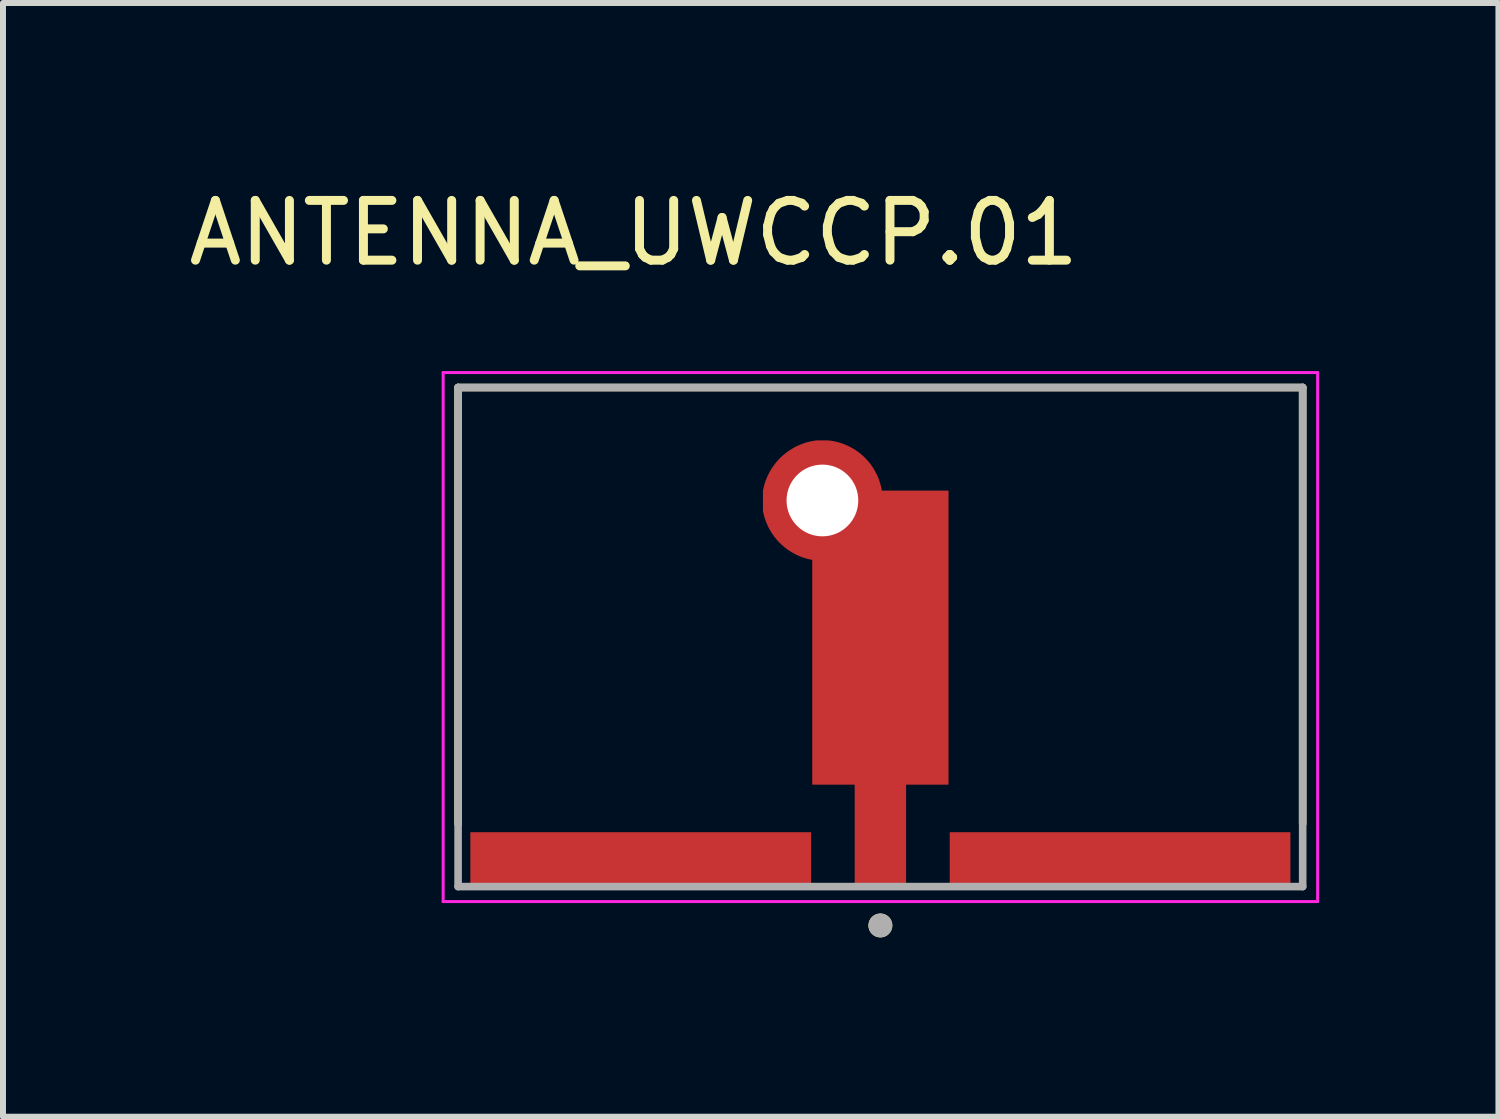
<source format=kicad_pcb>
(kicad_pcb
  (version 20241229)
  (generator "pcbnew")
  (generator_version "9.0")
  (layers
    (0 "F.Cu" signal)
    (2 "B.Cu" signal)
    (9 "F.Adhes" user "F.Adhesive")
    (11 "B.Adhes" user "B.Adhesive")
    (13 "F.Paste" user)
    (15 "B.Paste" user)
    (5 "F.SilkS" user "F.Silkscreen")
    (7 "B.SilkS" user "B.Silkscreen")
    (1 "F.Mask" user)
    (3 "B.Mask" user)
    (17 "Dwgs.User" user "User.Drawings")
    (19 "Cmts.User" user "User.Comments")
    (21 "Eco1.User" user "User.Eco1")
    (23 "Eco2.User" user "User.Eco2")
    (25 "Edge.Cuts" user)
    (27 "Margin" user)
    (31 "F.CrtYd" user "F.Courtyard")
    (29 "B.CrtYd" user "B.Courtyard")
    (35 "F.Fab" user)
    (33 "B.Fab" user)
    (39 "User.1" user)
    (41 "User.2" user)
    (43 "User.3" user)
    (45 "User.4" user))
  (footprint "ANTENNA_UWCCP.01"
    (layer "F.Cu")
    (at 11.679 11.783)
    (property "Reference" "ANTENNA_UWCCP.01" (at -4.125 -10.935 0) (layer "F.SilkS") (effects (font (size 1 1) (thickness 0.15))))
    (attr smd)
    (fp_poly (pts (xy 0.525 0) (xy 0.525 -1.61) (xy 1.235 -1.61) (xy 1.235 -6.72) (xy 0.08 -6.72) (xy 0.07 -6.764) (xy 0.059 -6.808) (xy 0.045 -6.851) (xy 0.03 -6.894) (xy 0.013 -6.936) (xy -0.006 -6.978) (xy -0.027 -7.018) (xy -0.05 -7.057) (xy -0.074 -7.096) (xy -0.1 -7.133) (xy -0.127 -7.169) (xy -0.156 -7.204) (xy -0.187 -7.238) (xy -0.219 -7.27) (xy -0.252 -7.301) (xy -0.287 -7.33) (xy -0.323 -7.358) (xy -0.36 -7.384) (xy -0.398 -7.409) (xy -0.437 -7.432) (xy -0.478 -7.453) (xy -0.519 -7.472) (xy -0.561 -7.49) (xy -0.603 -7.506) (xy -0.647 -7.52) (xy -0.69 -7.532) (xy -0.735 -7.542) (xy -0.779 -7.55) (xy -0.824 -7.556) (xy -0.87 -7.56) (xy -1.07 -7.56) (xy -1.126 -7.551) (xy -1.174 -7.541) (xy -1.222 -7.529) (xy -1.269 -7.515) (xy -1.316 -7.499) (xy -1.362 -7.481) (xy -1.407 -7.461) (xy -1.451 -7.44) (xy -1.494 -7.416) (xy -1.536 -7.391) (xy -1.577 -7.363) (xy -1.617 -7.334) (xy -1.656 -7.304) (xy -1.693 -7.272) (xy -1.729 -7.238) (xy -1.763 -7.203) (xy -1.796 -7.166) (xy -1.827 -7.128) (xy -1.857 -7.089) (xy -1.885 -7.048) (xy -1.911 -7.006) (xy -1.935 -6.964) (xy -1.958 -6.92) (xy -1.979 -6.875) (xy -1.997 -6.83) (xy -2.014 -6.783) (xy -2.029 -6.736) (xy -2.042 -6.689) (xy -2.053 -6.641) (xy -2.06 -6.6) (xy -2.05 -6.24) (xy -2.044 -6.208) (xy -2.035 -6.167) (xy -2.025 -6.127) (xy -2.012 -6.088) (xy -1.999 -6.049) (xy -1.983 -6.011) (xy -1.966 -5.973) (xy -1.948 -5.936) (xy -1.928 -5.9) (xy -1.907 -5.865) (xy -1.884 -5.83) (xy -1.86 -5.797) (xy -1.834 -5.764) (xy -1.807 -5.733) (xy -1.779 -5.703) (xy -1.75 -5.673) (xy -1.72 -5.646) (xy -1.688 -5.619) (xy -1.655 -5.594) (xy -1.622 -5.57) (xy -1.587 -5.547) (xy -1.552 -5.526) (xy -1.515 -5.506) (xy -1.478 -5.488) (xy -1.441 -5.471) (xy -1.402 -5.456) (xy -1.363 -5.443) (xy -1.324 -5.431) (xy -1.284 -5.42) (xy -1.235 -5.41) (xy -1.235 -1.61) (xy -0.525 -1.61) (xy -0.525 0) (xy 0.525 0)) (stroke (width 0.01) (type solid)) (fill yes) (layer "F.Mask"))
    (fp_line (start -7.065 -8.35) (end 7.065 -8.35) (stroke (width 0.127) (type solid)) (layer "F.SilkS"))
    (fp_line (start -7.065 -1.05) (end -7.065 -8.35) (stroke (width 0.127) (type solid)) (layer "F.SilkS"))
    (fp_line (start 7.065 -8.35) (end 7.065 -1.05) (stroke (width 0.127) (type solid)) (layer "F.SilkS"))
    (fp_circle (center 0 0.65) (end 0.1 0.65) (stroke (width 0.2) (type solid)) (fill no) (layer "F.SilkS"))
    (fp_poly (pts (xy 0.425 0) (xy 0.425 -1.71) (xy 1.135 -1.71) (xy 1.135 -6.62) (xy 0.02 -6.62) (xy 0.013 -6.66) (xy 0.003 -6.703) (xy -0.009 -6.746) (xy -0.022 -6.787) (xy -0.037 -6.828) (xy -0.054 -6.869) (xy -0.073 -6.909) (xy -0.093 -6.947) (xy -0.115 -6.985) (xy -0.139 -7.022) (xy -0.164 -7.058) (xy -0.191 -7.093) (xy -0.22 -7.126) (xy -0.249 -7.158) (xy -0.28 -7.189) (xy -0.313 -7.219) (xy -0.347 -7.247) (xy -0.382 -7.273) (xy -0.418 -7.298) (xy -0.455 -7.322) (xy -0.493 -7.343) (xy -0.532 -7.363) (xy -0.572 -7.382) (xy -0.612 -7.398) (xy -0.653 -7.413) (xy -0.695 -7.426) (xy -0.738 -7.437) (xy -0.781 -7.447) (xy -0.824 -7.454) (xy -0.87 -7.46) (xy -1.07 -7.46) (xy -1.116 -7.453) (xy -1.159 -7.445) (xy -1.201 -7.435) (xy -1.244 -7.424) (xy -1.285 -7.41) (xy -1.326 -7.395) (xy -1.366 -7.378) (xy -1.406 -7.36) (xy -1.445 -7.339) (xy -1.482 -7.317) (xy -1.519 -7.294) (xy -1.555 -7.269) (xy -1.59 -7.242) (xy -1.623 -7.214) (xy -1.656 -7.185) (xy -1.687 -7.154) (xy -1.716 -7.122) (xy -1.745 -7.089) (xy -1.771 -7.054) (xy -1.797 -7.019) (xy -1.821 -6.982) (xy -1.843 -6.945) (xy -1.864 -6.906) (xy -1.883 -6.867) (xy -1.9 -6.827) (xy -1.916 -6.786) (xy -1.93 -6.745) (xy -1.942 -6.703) (xy -1.952 -6.66) (xy -1.96 -6.62) (xy -1.96 -6.29) (xy -1.953 -6.253) (xy -1.943 -6.212) (xy -1.932 -6.173) (xy -1.919 -6.133) (xy -1.904 -6.095) (xy -1.888 -6.057) (xy -1.871 -6.019) (xy -1.852 -5.983) (xy -1.831 -5.947) (xy -1.809 -5.912) (xy -1.786 -5.878) (xy -1.761 -5.845) (xy -1.735 -5.813) (xy -1.708 -5.782) (xy -1.679 -5.752) (xy -1.649 -5.724) (xy -1.618 -5.696) (xy -1.586 -5.67) (xy -1.553 -5.645) (xy -1.519 -5.622) (xy -1.484 -5.6) (xy -1.448 -5.579) (xy -1.412 -5.56) (xy -1.374 -5.543) (xy -1.336 -5.527) (xy -1.298 -5.512) (xy -1.258 -5.499) (xy -1.219 -5.488) (xy -1.179 -5.479) (xy -1.135 -5.47) (xy -1.135 -1.71) (xy -0.425 -1.71) (xy -0.425 0) (xy 0.425 0)) (stroke (width 0.01) (type solid)) (fill yes) (layer "F.Paste"))
    (fp_line (start -7.315 -8.6) (end -7.315 0.25) (stroke (width 0.05) (type solid)) (layer "F.CrtYd"))
    (fp_line (start -7.315 0.25) (end 7.315 0.25) (stroke (width 0.05) (type solid)) (layer "F.CrtYd"))
    (fp_line (start 7.315 -8.6) (end -7.315 -8.6) (stroke (width 0.05) (type solid)) (layer "F.CrtYd"))
    (fp_line (start 7.315 0.25) (end 7.315 -8.6) (stroke (width 0.05) (type solid)) (layer "F.CrtYd"))
    (fp_line (start -7.065 -8.35) (end -7.065 0) (stroke (width 0.127) (type solid)) (layer "F.Fab"))
    (fp_line (start -7.065 0) (end 7.065 0) (stroke (width 0.127) (type solid)) (layer "F.Fab"))
    (fp_line (start 7.065 -8.35) (end -7.065 -8.35) (stroke (width 0.127) (type solid)) (layer "F.Fab"))
    (fp_line (start 7.065 0) (end 7.065 -8.35) (stroke (width 0.127) (type solid)) (layer "F.Fab"))
    (fp_circle (center 0 0.65) (end 0.1 0.65) (stroke (width 0.2) (type solid)) (fill no) (layer "F.Fab"))
    (pad "" np_thru_hole circle (at -0.97 -6.46) (size 1.2 1.2) (drill 1.2) (layers "*.Cu" "*.Mask"))
    (pad "1" smd custom (at 0 -0.499) (size 0.5 0.5) (layers "F.Cu" "F.Mask" "F.Paste") (options (anchor rect)) (primitives (gr_poly (pts (xy 0.425 0.499) (xy 0.425 -1.211) (xy 1.135 -1.211) (xy 1.135 -6.121) (xy 0.02 -6.121) (xy 0.013 -6.161) (xy 0.003 -6.204) (xy -0.009 -6.247) (xy -0.022 -6.288) (xy -0.037 -6.329) (xy -0.054 -6.37) (xy -0.073 -6.41) (xy -0.093 -6.448) (xy -0.115 -6.486) (xy -0.139 -6.523) (xy -0.164 -6.559) (xy -0.191 -6.594) (xy -0.22 -6.627) (xy -0.249 -6.659) (xy -0.28 -6.69) (xy -0.313 -6.72) (xy -0.347 -6.748) (xy -0.382 -6.774) (xy -0.418 -6.799) (xy -0.455 -6.823) (xy -0.493 -6.844) (xy -0.532 -6.864) (xy -0.572 -6.883) (xy -0.612 -6.899) (xy -0.653 -6.914) (xy -0.695 -6.927) (xy -0.738 -6.938) (xy -0.781 -6.948) (xy -0.824 -6.955) (xy -0.87 -6.961) (xy -1.07 -6.961) (xy -1.116 -6.954) (xy -1.159 -6.946) (xy -1.201 -6.936) (xy -1.244 -6.925) (xy -1.285 -6.911) (xy -1.326 -6.896) (xy -1.366 -6.879) (xy -1.406 -6.861) (xy -1.445 -6.84) (xy -1.482 -6.818) (xy -1.519 -6.795) (xy -1.555 -6.77) (xy -1.59 -6.743) (xy -1.623 -6.715) (xy -1.656 -6.686) (xy -1.687 -6.655) (xy -1.716 -6.623) (xy -1.745 -6.59) (xy -1.771 -6.555) (xy -1.797 -6.52) (xy -1.821 -6.483) (xy -1.843 -6.446) (xy -1.864 -6.407) (xy -1.883 -6.368) (xy -1.9 -6.328) (xy -1.916 -6.287) (xy -1.93 -6.246) (xy -1.942 -6.204) (xy -1.952 -6.161) (xy -1.96 -6.121) (xy -1.96 -5.791) (xy -1.953 -5.754) (xy -1.943 -5.713) (xy -1.932 -5.674) (xy -1.919 -5.634) (xy -1.904 -5.596) (xy -1.888 -5.558) (xy -1.871 -5.52) (xy -1.852 -5.484) (xy -1.831 -5.448) (xy -1.809 -5.413) (xy -1.786 -5.379) (xy -1.761 -5.346) (xy -1.735 -5.314) (xy -1.708 -5.283) (xy -1.679 -5.253) (xy -1.649 -5.225) (xy -1.618 -5.197) (xy -1.586 -5.171) (xy -1.553 -5.146) (xy -1.519 -5.123) (xy -1.484 -5.101) (xy -1.448 -5.08) (xy -1.412 -5.061) (xy -1.374 -5.044) (xy -1.336 -5.028) (xy -1.298 -5.013) (xy -1.258 -5) (xy -1.219 -4.989) (xy -1.179 -4.98) (xy -1.135 -4.971) (xy -1.135 -1.211) (xy -0.425 -1.211) (xy -0.425 0.499) (xy 0.425 0.499)) (width 0.01) (fill yes))))
    (pad "2" smd rect (at -4.01 -0.455) (size 5.7 0.91) (layers "F.Cu" "F.Mask" "F.Paste"))
    (pad "3" smd rect (at 4.01 -0.455) (size 5.7 0.91) (layers "F.Cu" "F.Mask" "F.Paste"))
    (zone (net_name "") (layer "F.Cu") (hatch full 0.508) (connect_pads) (min_thickness 0.01) (filled_areas_thickness no) (keepout (tracks not_allowed) (vias not_allowed) (pads not_allowed) (copperpour not_allowed) (footprints allowed)) (placement (enabled no)) (fill) (polygon (pts (xy 4.614 3.433) (xy 18.744 3.433) (xy 18.744 10.873) (xy 4.614 10.873))))
    (zone (net_name "") (layers "F.Cu" "B.Cu") (hatch full 0.508) (connect_pads) (min_thickness 0.01) (filled_areas_thickness no) (keepout (tracks allowed) (vias not_allowed) (pads allowed) (copperpour allowed) (footprints allowed)) (placement (enabled no)) (fill) (polygon (pts (xy 4.614 3.433) (xy 18.744 3.433) (xy 18.744 10.873) (xy 4.614 10.873))))
    (zone (net_name "") (layer "B.Cu") (hatch full 0.508) (connect_pads) (min_thickness 0.01) (filled_areas_thickness no) (keepout (tracks not_allowed) (vias not_allowed) (pads not_allowed) (copperpour not_allowed) (footprints allowed)) (placement (enabled no)) (fill) (polygon (pts (xy 4.614 3.433) (xy 18.744 3.433) (xy 18.744 10.873) (xy 4.614 10.873)))))
  (gr_rect
    (start -3 -3)
    (end 22.019 15.633)
    (stroke (width 0.1) (type default))
    (fill no)
    (layer "Edge.Cuts")))
</source>
